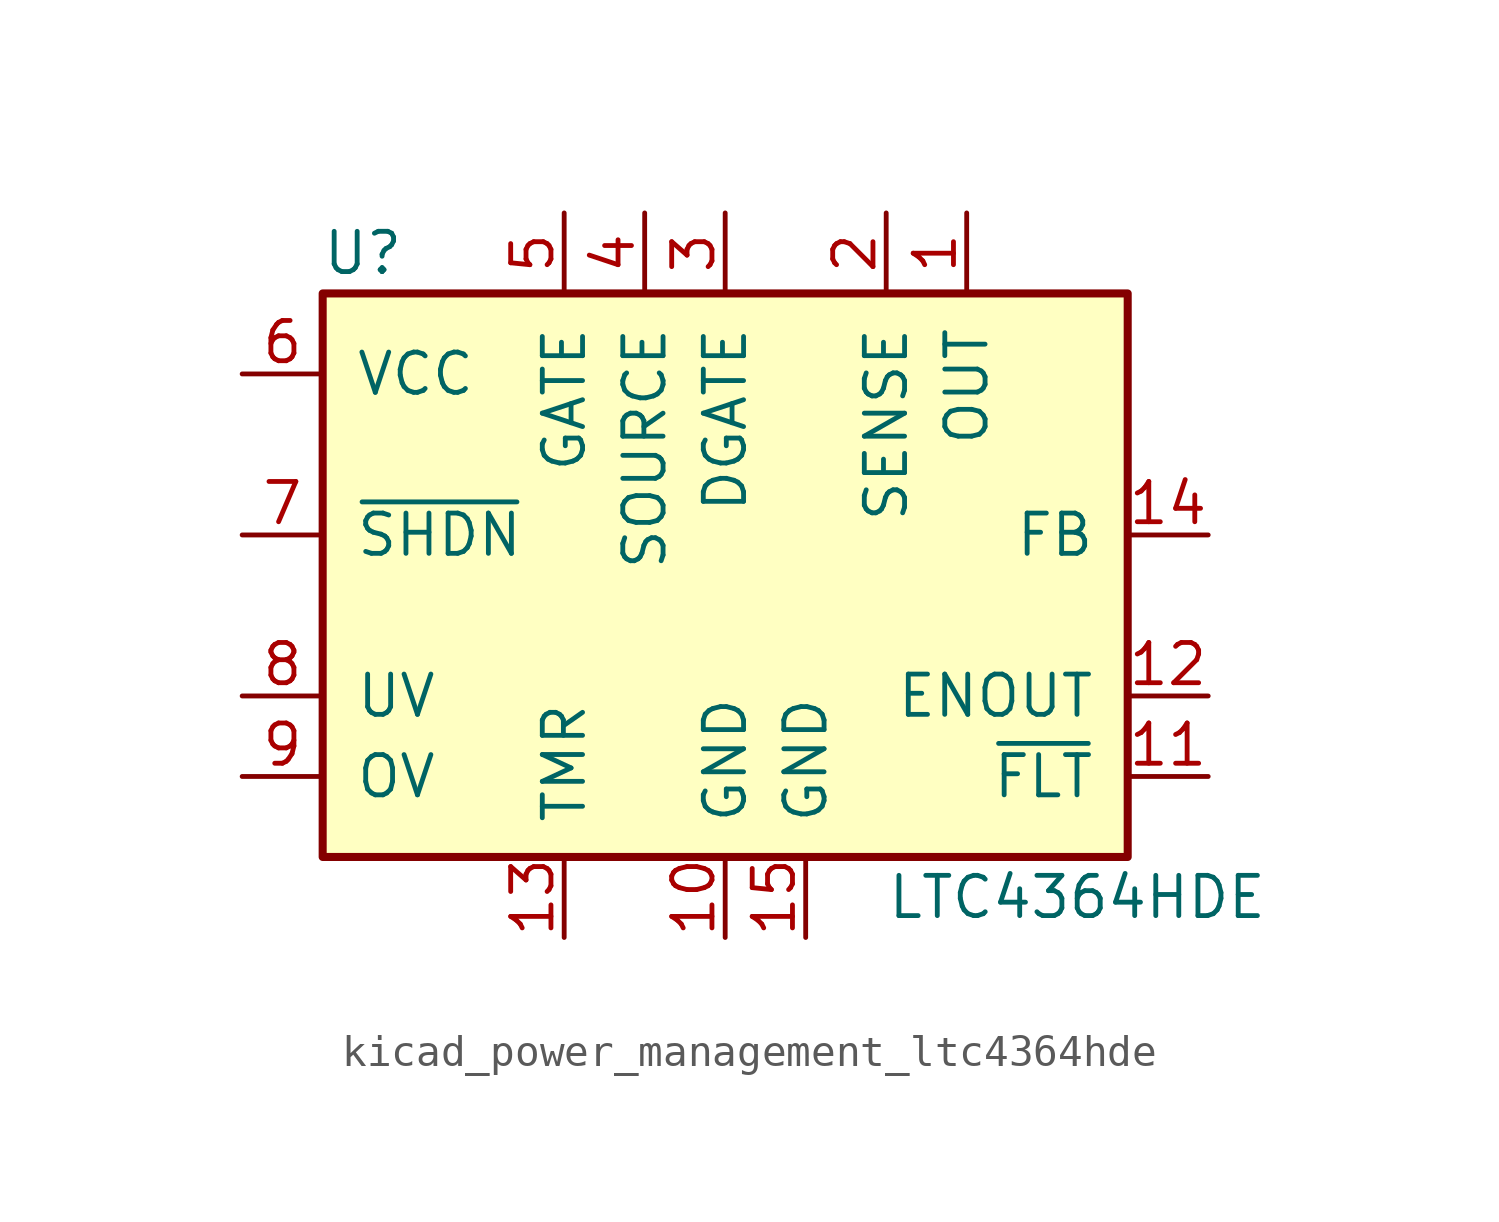
<source format=kicad_sym>
(kicad_symbol_lib
  (version 20220914)
  (generator kicad_symbol_editor)
  (symbol "kicad_power_management_ltc4364hde"
    (pin_names
      (offset 1.016))
    (property "Reference" "U"
      (at -11.43 8.89 0)
      (effects (font (size 1.27 1.27))))
    (property "Value" "LTC4364HDE"
      (at 5.08 -11.43 0)
      (effects (font (size 1.27 1.27)) (justify left)))
    (symbol "kicad_power_management_ltc4364hde_0_1"
      (rectangle (start -12.7 7.62) (end 12.7 -10.16) (stroke (width 0.254) (type default)) (fill (type background))))
    (symbol "kicad_power_management_ltc4364hde_1_1"
      (pin input line (at 7.62 10.16 270) (length 2.54) (name "OUT" (effects (font (size 1.27 1.27)))) (number "1" (effects (font (size 1.27 1.27)))))
      (pin power_in line (at 0 -12.7 90) (length 2.54) (name "GND" (effects (font (size 1.27 1.27)))) (number "10" (effects (font (size 1.27 1.27)))))
      (pin open_collector line (at 15.24 -7.62 180) (length 2.54) (name "~{FLT}" (effects (font (size 1.27 1.27)))) (number "11" (effects (font (size 1.27 1.27)))))
      (pin open_collector line (at 15.24 -5.08 180) (length 2.54) (name "ENOUT" (effects (font (size 1.27 1.27)))) (number "12" (effects (font (size 1.27 1.27)))))
      (pin input line (at -5.08 -12.7 90) (length 2.54) (name "TMR" (effects (font (size 1.27 1.27)))) (number "13" (effects (font (size 1.27 1.27)))))
      (pin input line (at 15.24 0 180) (length 2.54) (name "FB" (effects (font (size 1.27 1.27)))) (number "14" (effects (font (size 1.27 1.27)))))
      (pin power_in line (at 2.54 -12.7 90) (length 2.54) (name "GND" (effects (font (size 1.27 1.27)))) (number "15" (effects (font (size 1.27 1.27)))))
      (pin input line (at 5.08 10.16 270) (length 2.54) (name "SENSE" (effects (font (size 1.27 1.27)))) (number "2" (effects (font (size 1.27 1.27)))))
      (pin output line (at 0 10.16 270) (length 2.54) (name "DGATE" (effects (font (size 1.27 1.27)))) (number "3" (effects (font (size 1.27 1.27)))))
      (pin input line (at -2.54 10.16 270) (length 2.54) (name "SOURCE" (effects (font (size 1.27 1.27)))) (number "4" (effects (font (size 1.27 1.27)))))
      (pin output line (at -5.08 10.16 270) (length 2.54) (name "GATE" (effects (font (size 1.27 1.27)))) (number "5" (effects (font (size 1.27 1.27)))))
      (pin power_in line (at -15.24 5.08 0) (length 2.54) (name "VCC" (effects (font (size 1.27 1.27)))) (number "6" (effects (font (size 1.27 1.27)))))
      (pin input line (at -15.24 0 0) (length 2.54) (name "~{SHDN}" (effects (font (size 1.27 1.27)))) (number "7" (effects (font (size 1.27 1.27)))))
      (pin input line (at -15.24 -5.08 0) (length 2.54) (name "UV" (effects (font (size 1.27 1.27)))) (number "8" (effects (font (size 1.27 1.27)))))
      (pin input line (at -15.24 -7.62 0) (length 2.54) (name "OV" (effects (font (size 1.27 1.27)))) (number "9" (effects (font (size 1.27 1.27))))))))
</source>
